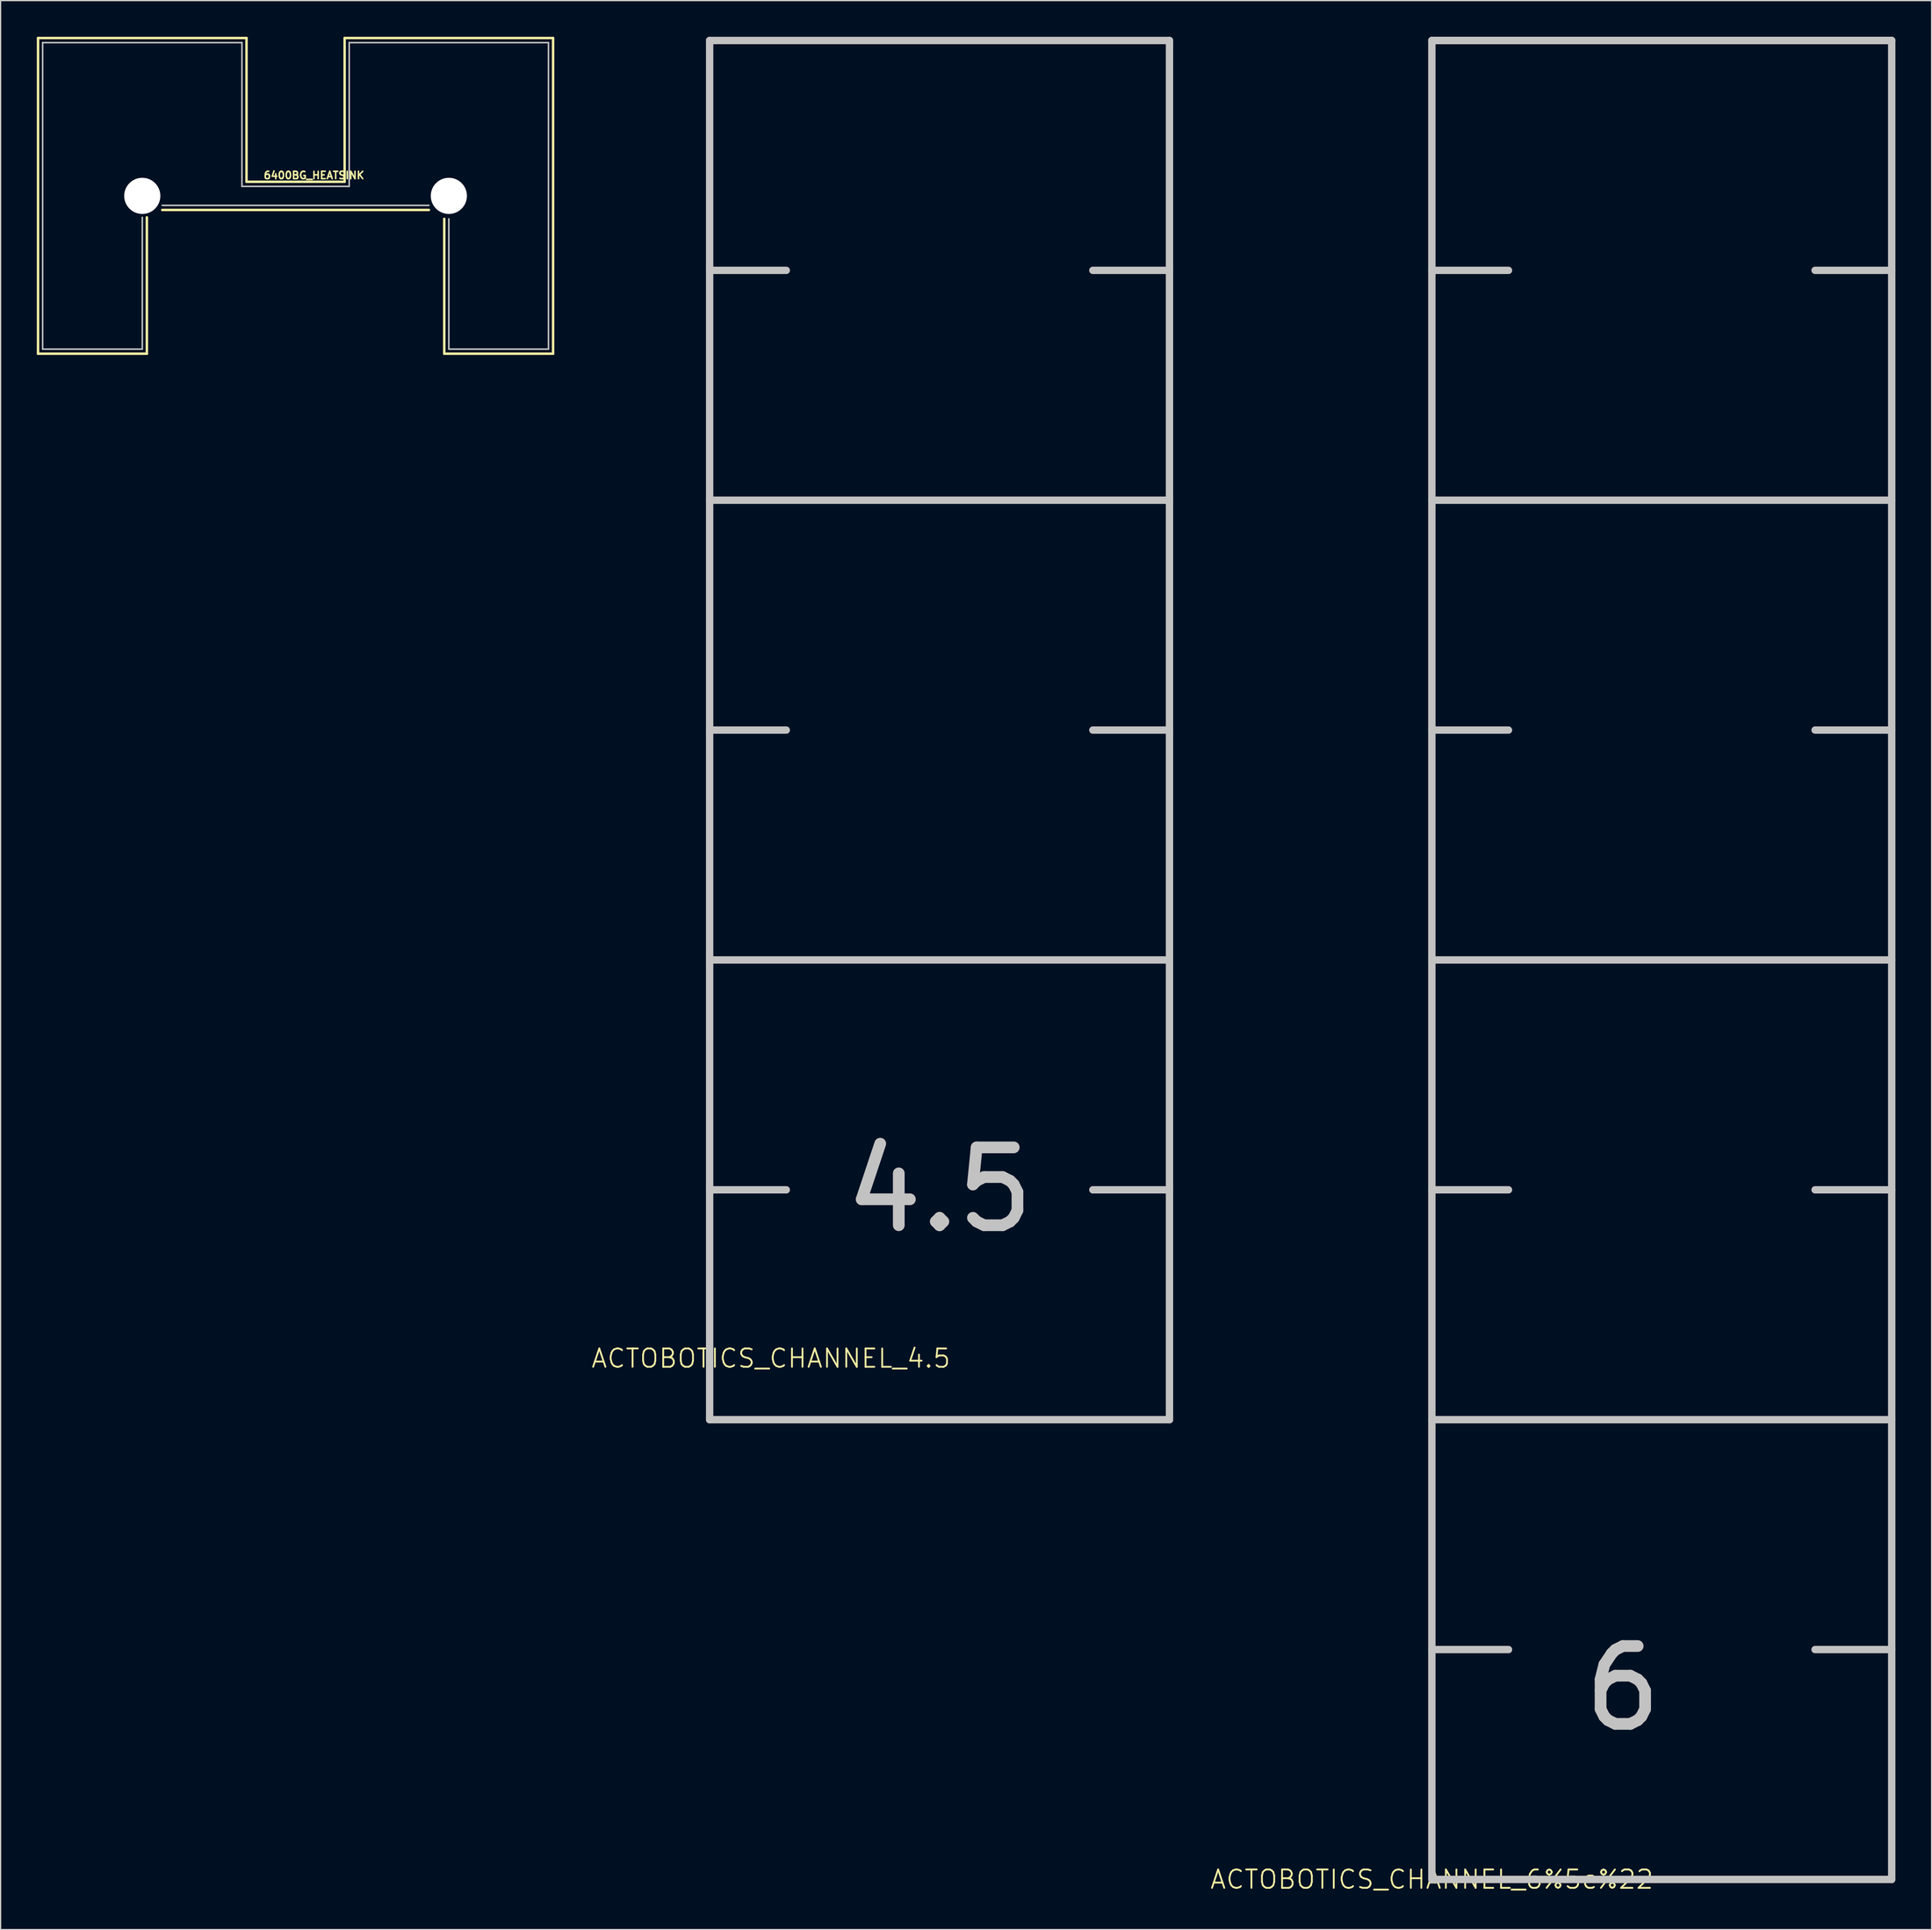
<source format=kicad_pcb>
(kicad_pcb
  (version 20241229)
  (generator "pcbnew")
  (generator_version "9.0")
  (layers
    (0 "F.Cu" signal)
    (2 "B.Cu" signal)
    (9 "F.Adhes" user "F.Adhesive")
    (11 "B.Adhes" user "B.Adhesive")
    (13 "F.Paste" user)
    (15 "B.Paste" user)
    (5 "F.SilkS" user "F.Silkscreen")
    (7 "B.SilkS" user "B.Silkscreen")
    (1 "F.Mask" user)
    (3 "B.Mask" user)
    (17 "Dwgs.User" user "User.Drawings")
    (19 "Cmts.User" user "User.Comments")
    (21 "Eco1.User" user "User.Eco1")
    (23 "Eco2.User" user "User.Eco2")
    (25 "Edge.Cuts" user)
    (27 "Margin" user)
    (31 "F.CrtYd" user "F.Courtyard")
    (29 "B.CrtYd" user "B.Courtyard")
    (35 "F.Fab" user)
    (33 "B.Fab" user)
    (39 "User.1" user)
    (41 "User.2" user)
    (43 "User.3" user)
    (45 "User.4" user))
  (footprint "ACTOBOTICS_CHANNEL_6%5c%22"
    (layer "F.Cu")
    (at 115.583 152.705)
    (property "Reference" "ACTOBOTICS_CHANNEL_6%5c%22" (at 0 0 0) (layer "F.SilkS") (effects (font (size 1.524 1.524) (thickness 0.15))))
    (attr exclude_from_pos_files exclude_from_bom)
    (fp_line (start 0 -152.4) (end 0 -114.3) (stroke (width 0.61) (type solid)) (layer "Dwgs.User"))
    (fp_line (start 0 -152.4) (end 38.1 -152.4) (stroke (width 0.61) (type solid)) (layer "Dwgs.User"))
    (fp_line (start 0 -133.35) (end 6.35 -133.35) (stroke (width 0.61) (type solid)) (layer "Dwgs.User"))
    (fp_line (start 0 -114.3) (end 0 -76.2) (stroke (width 0.61) (type solid)) (layer "Dwgs.User"))
    (fp_line (start 0 -114.3) (end 38.1 -114.3) (stroke (width 0.61) (type solid)) (layer "Dwgs.User"))
    (fp_line (start 0 -95.25) (end 6.35 -95.25) (stroke (width 0.61) (type solid)) (layer "Dwgs.User"))
    (fp_line (start 0 -76.2) (end 0 -57.15) (stroke (width 0.61) (type solid)) (layer "Dwgs.User"))
    (fp_line (start 0 -76.2) (end 38.1 -76.2) (stroke (width 0.61) (type solid)) (layer "Dwgs.User"))
    (fp_line (start 0 -57.15) (end 0 -38.1) (stroke (width 0.61) (type solid)) (layer "Dwgs.User"))
    (fp_line (start 0 -57.15) (end 6.35 -57.15) (stroke (width 0.61) (type solid)) (layer "Dwgs.User"))
    (fp_line (start 0 -38.1) (end 0 -19.05) (stroke (width 0.61) (type solid)) (layer "Dwgs.User"))
    (fp_line (start 0 -38.1) (end 38.1 -38.1) (stroke (width 0.61) (type solid)) (layer "Dwgs.User"))
    (fp_line (start 0 -19.05) (end 0 0) (stroke (width 0.61) (type solid)) (layer "Dwgs.User"))
    (fp_line (start 0 -19.05) (end 6.35 -19.05) (stroke (width 0.61) (type solid)) (layer "Dwgs.User"))
    (fp_line (start 0 0) (end 38.1 0) (stroke (width 0.61) (type solid)) (layer "Dwgs.User"))
    (fp_line (start 38.1 -152.4) (end 0 -152.4) (stroke (width 0.61) (type solid)) (layer "Dwgs.User"))
    (fp_line (start 38.1 -133.35) (end 31.75 -133.35) (stroke (width 0.61) (type solid)) (layer "Dwgs.User"))
    (fp_line (start 38.1 -114.3) (end 38.1 -152.4) (stroke (width 0.61) (type solid)) (layer "Dwgs.User"))
    (fp_line (start 38.1 -95.25) (end 31.75 -95.25) (stroke (width 0.61) (type solid)) (layer "Dwgs.User"))
    (fp_line (start 38.1 -76.2) (end 38.1 -114.3) (stroke (width 0.61) (type solid)) (layer "Dwgs.User"))
    (fp_line (start 38.1 -57.15) (end 31.75 -57.15) (stroke (width 0.61) (type solid)) (layer "Dwgs.User"))
    (fp_line (start 38.1 -57.15) (end 38.1 -76.2) (stroke (width 0.61) (type solid)) (layer "Dwgs.User"))
    (fp_line (start 38.1 -38.1) (end 38.1 -57.15) (stroke (width 0.61) (type solid)) (layer "Dwgs.User"))
    (fp_line (start 38.1 -19.05) (end 31.75 -19.05) (stroke (width 0.61) (type solid)) (layer "Dwgs.User"))
    (fp_line (start 38.1 -19.05) (end 38.1 -38.1) (stroke (width 0.61) (type solid)) (layer "Dwgs.User"))
    (fp_line (start 38.1 0) (end 38.1 -19.05) (stroke (width 0.61) (type solid)) (layer "Dwgs.User"))
    (fp_text user "6" (at 15.824 -15.824 180) (layer "Dwgs.User") (effects (font (size 6.452 6.452) (thickness 0.97)))))
  (footprint "ACTOBOTICS_CHANNEL_4.5"
    (layer "F.Cu")
    (at 55.745 114.605)
    (property "Reference" "ACTOBOTICS_CHANNEL_4.5" (at 5.08 -5.08 0) (layer "F.SilkS") (effects (font (size 1.524 1.524) (thickness 0.15))))
    (attr exclude_from_pos_files exclude_from_bom)
    (fp_line (start 0 -114.3) (end 0 -76.2) (stroke (width 0.61) (type solid)) (layer "Dwgs.User"))
    (fp_line (start 0 -95.25) (end 6.35 -95.25) (stroke (width 0.61) (type solid)) (layer "Dwgs.User"))
    (fp_line (start 0 -76.2) (end 0 -57.15) (stroke (width 0.61) (type solid)) (layer "Dwgs.User"))
    (fp_line (start 0 -76.2) (end 38.1 -76.2) (stroke (width 0.61) (type solid)) (layer "Dwgs.User"))
    (fp_line (start 0 -57.15) (end 0 -38.1) (stroke (width 0.61) (type solid)) (layer "Dwgs.User"))
    (fp_line (start 0 -57.15) (end 6.35 -57.15) (stroke (width 0.61) (type solid)) (layer "Dwgs.User"))
    (fp_line (start 0 -38.1) (end 0 -19.05) (stroke (width 0.61) (type solid)) (layer "Dwgs.User"))
    (fp_line (start 0 -38.1) (end 38.1 -38.1) (stroke (width 0.61) (type solid)) (layer "Dwgs.User"))
    (fp_line (start 0 -19.05) (end 0 0) (stroke (width 0.61) (type solid)) (layer "Dwgs.User"))
    (fp_line (start 0 -19.05) (end 6.35 -19.05) (stroke (width 0.61) (type solid)) (layer "Dwgs.User"))
    (fp_line (start 0 0) (end 38.1 0) (stroke (width 0.61) (type solid)) (layer "Dwgs.User"))
    (fp_line (start 38.1 -114.3) (end 0 -114.3) (stroke (width 0.61) (type solid)) (layer "Dwgs.User"))
    (fp_line (start 38.1 -95.25) (end 31.75 -95.25) (stroke (width 0.61) (type solid)) (layer "Dwgs.User"))
    (fp_line (start 38.1 -76.2) (end 38.1 -114.3) (stroke (width 0.61) (type solid)) (layer "Dwgs.User"))
    (fp_line (start 38.1 -57.15) (end 31.75 -57.15) (stroke (width 0.61) (type solid)) (layer "Dwgs.User"))
    (fp_line (start 38.1 -57.15) (end 38.1 -76.2) (stroke (width 0.61) (type solid)) (layer "Dwgs.User"))
    (fp_line (start 38.1 -38.1) (end 38.1 -57.15) (stroke (width 0.61) (type solid)) (layer "Dwgs.User"))
    (fp_line (start 38.1 -19.05) (end 31.75 -19.05) (stroke (width 0.61) (type solid)) (layer "Dwgs.User"))
    (fp_line (start 38.1 -19.05) (end 38.1 -38.1) (stroke (width 0.61) (type solid)) (layer "Dwgs.User"))
    (fp_line (start 38.1 0) (end 38.1 -19.05) (stroke (width 0.61) (type solid)) (layer "Dwgs.User"))
    (fp_text user "4.5" (at 19.05 -19.05 180) (layer "Dwgs.User") (effects (font (size 6.452 6.452) (thickness 0.97)))))
  (footprint "6400BG_HEATSINK"
    (layer "F.Cu")
    (at 21.438 13.183)
    (property "Reference" "6400BG_HEATSINK" (at 1.524 -1.702 0) (layer "F.SilkS") (effects (font (size 0.61 0.61) (thickness 0.127))))
    (attr exclude_from_pos_files exclude_from_bom)
    (fp_line (start -21.336 -13.081) (end -4.064 -13.081) (stroke (width 0.203) (type solid)) (layer "F.SilkS"))
    (fp_line (start -21.336 13.081) (end -21.336 -13.081) (stroke (width 0.203) (type solid)) (layer "F.SilkS"))
    (fp_line (start -12.319 1.778) (end -12.319 13.081) (stroke (width 0.203) (type solid)) (layer "F.SilkS"))
    (fp_line (start -12.319 13.081) (end -21.336 13.081) (stroke (width 0.203) (type solid)) (layer "F.SilkS"))
    (fp_line (start -11.049 1.168) (end 11.049 1.168) (stroke (width 0.203) (type solid)) (layer "F.SilkS"))
    (fp_line (start -4.064 -13.081) (end -4.064 -1.168) (stroke (width 0.203) (type solid)) (layer "F.SilkS"))
    (fp_line (start -4.064 -1.168) (end 4.064 -1.168) (stroke (width 0.203) (type solid)) (layer "F.SilkS"))
    (fp_line (start 4.064 -13.081) (end 21.336 -13.081) (stroke (width 0.203) (type solid)) (layer "F.SilkS"))
    (fp_line (start 4.064 -1.168) (end 4.064 -13.081) (stroke (width 0.203) (type solid)) (layer "F.SilkS"))
    (fp_line (start 12.319 1.905) (end 12.319 13.081) (stroke (width 0.203) (type solid)) (layer "F.SilkS"))
    (fp_line (start 12.319 13.081) (end 21.336 13.081) (stroke (width 0.203) (type solid)) (layer "F.SilkS"))
    (fp_line (start 21.336 13.081) (end 21.336 -13.081) (stroke (width 0.203) (type solid)) (layer "F.SilkS"))
    (fp_line (start -20.955 -12.7) (end -4.445 -12.7) (stroke (width 0.127) (type solid)) (layer "Dwgs.User"))
    (fp_line (start -20.955 12.7) (end -20.955 -12.7) (stroke (width 0.127) (type solid)) (layer "Dwgs.User"))
    (fp_line (start -12.7 1.778) (end -12.7 12.7) (stroke (width 0.127) (type solid)) (layer "Dwgs.User"))
    (fp_line (start -12.7 12.7) (end -20.955 12.7) (stroke (width 0.127) (type solid)) (layer "Dwgs.User"))
    (fp_line (start -11.049 0.787) (end 11.049 0.787) (stroke (width 0.127) (type solid)) (layer "Dwgs.User"))
    (fp_line (start -4.445 -12.7) (end -4.445 -0.787) (stroke (width 0.127) (type solid)) (layer "Dwgs.User"))
    (fp_line (start -4.445 -0.787) (end 4.445 -0.787) (stroke (width 0.127) (type solid)) (layer "Dwgs.User"))
    (fp_line (start 4.445 -12.7) (end 20.955 -12.7) (stroke (width 0.127) (type solid)) (layer "Dwgs.User"))
    (fp_line (start 4.445 -0.787) (end 4.445 -12.7) (stroke (width 0.127) (type solid)) (layer "Dwgs.User"))
    (fp_line (start 12.7 1.905) (end 12.7 12.7) (stroke (width 0.127) (type solid)) (layer "Dwgs.User"))
    (fp_line (start 12.7 12.7) (end 20.955 12.7) (stroke (width 0.127) (type solid)) (layer "Dwgs.User"))
    (fp_line (start 20.955 12.7) (end 20.955 -12.7) (stroke (width 0.127) (type solid)) (layer "Dwgs.User"))
    (pad "" np_thru_hole circle (at -12.7 0) (size 2.997 2.997) (drill 2.997) (layers "*.Cu" "*.Mask"))
    (pad "" np_thru_hole circle (at 12.7 0) (size 2.997 2.997) (drill 2.997) (layers "*.Cu" "*.Mask")))
  (gr_rect
    (start -3 -3)
    (end 156.988 156.86)
    (stroke (width 0.1) (type default))
    (fill no)
    (layer "Edge.Cuts")))
</source>
